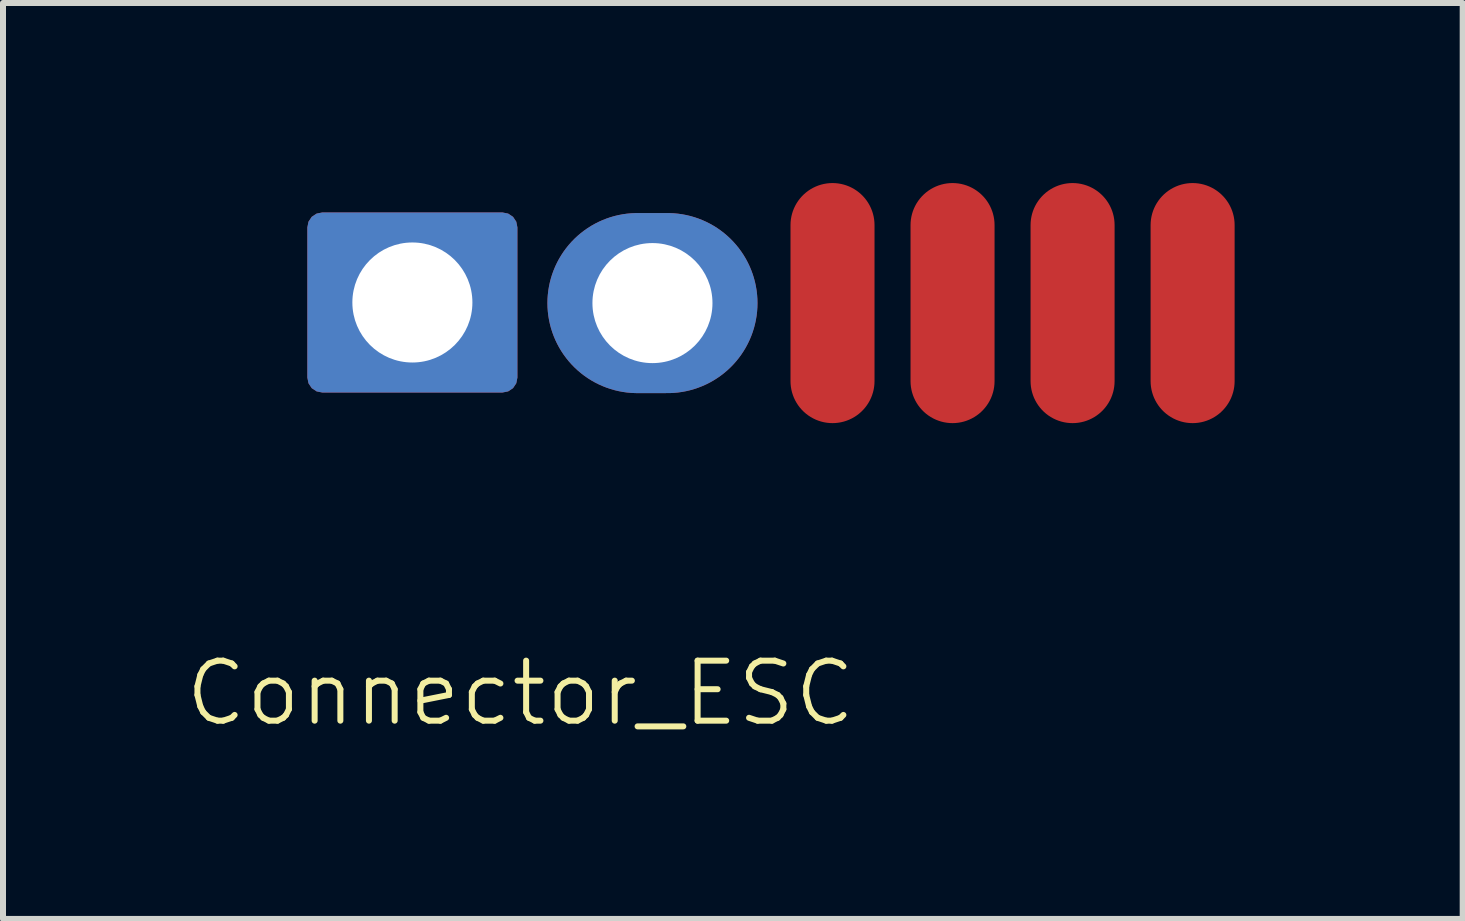
<source format=kicad_pcb>
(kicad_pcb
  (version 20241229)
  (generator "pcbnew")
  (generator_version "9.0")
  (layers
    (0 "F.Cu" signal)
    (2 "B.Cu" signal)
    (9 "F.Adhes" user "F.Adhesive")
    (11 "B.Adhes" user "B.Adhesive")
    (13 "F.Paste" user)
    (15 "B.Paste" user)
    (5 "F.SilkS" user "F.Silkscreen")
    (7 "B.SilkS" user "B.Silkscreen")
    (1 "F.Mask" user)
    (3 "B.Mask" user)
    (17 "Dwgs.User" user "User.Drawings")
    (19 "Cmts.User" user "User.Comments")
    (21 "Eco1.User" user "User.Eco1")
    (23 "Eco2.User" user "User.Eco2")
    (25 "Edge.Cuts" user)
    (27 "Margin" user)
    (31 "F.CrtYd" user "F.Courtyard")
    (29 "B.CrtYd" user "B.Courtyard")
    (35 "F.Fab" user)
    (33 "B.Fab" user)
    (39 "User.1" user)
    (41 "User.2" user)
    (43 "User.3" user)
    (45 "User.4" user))
  (footprint "Connector_ESC"
    (layer "F.Cu")
    (at 14.321 3)
    (property "Reference" "Connector_ESC" (at -8.7 5.5 0) (unlocked yes) (layer "F.SilkS") (effects (font (size 1 1) (thickness 0.1))))
    (attr through_hole)
    (fp_text user "sda scl pwm gnd  bat-       bat+" (at 4 1 180) (unlocked yes) (layer "F.Mask") (effects (font (face "Copperplate Gothic Bold") (size 0.8 0.7) (thickness 0.14) (bold yes)) (justify left bottom)))
    (pad "" smd oval (at -3.5 -1) (size 1.4 3) (layers "*.Paste" "*.Mask"))
    (pad "" smd oval (at -1.5 -1) (size 1.4 3) (layers "*.Paste" "*.Mask"))
    (pad "" smd oval (at 0.5 -1) (size 1.4 3) (layers "*.Paste" "*.Mask"))
    (pad "" smd oval (at 2.5 -1) (size 1.4 3) (layers "*.Paste" "*.Mask"))
    (pad "1" thru_hole roundrect (at -10.5 -1.01) (size 3.5 3) (drill 2) (layers "*.Cu" "*.Mask") (roundrect_rratio 0.083))
    (pad "2" thru_hole oval (at -6.5 -1) (size 3.5 3) (drill 2) (layers "*.Cu" "*.Mask"))
    (pad "3" smd oval (at -3.5 -1) (size 1.4 4) (layers "F.Cu"))
    (pad "4" smd oval (at -1.5 -1) (size 1.4 4) (layers "F.Cu"))
    (pad "5" smd oval (at 0.5 -1) (size 1.4 4) (layers "F.Cu"))
    (pad "6" smd oval (at 2.5 -1) (size 1.4 4) (layers "F.Cu")))
  (gr_rect
    (start -3 -3)
    (end 21.321 12.261)
    (stroke (width 0.1) (type default))
    (fill no)
    (layer "Edge.Cuts")))
</source>
